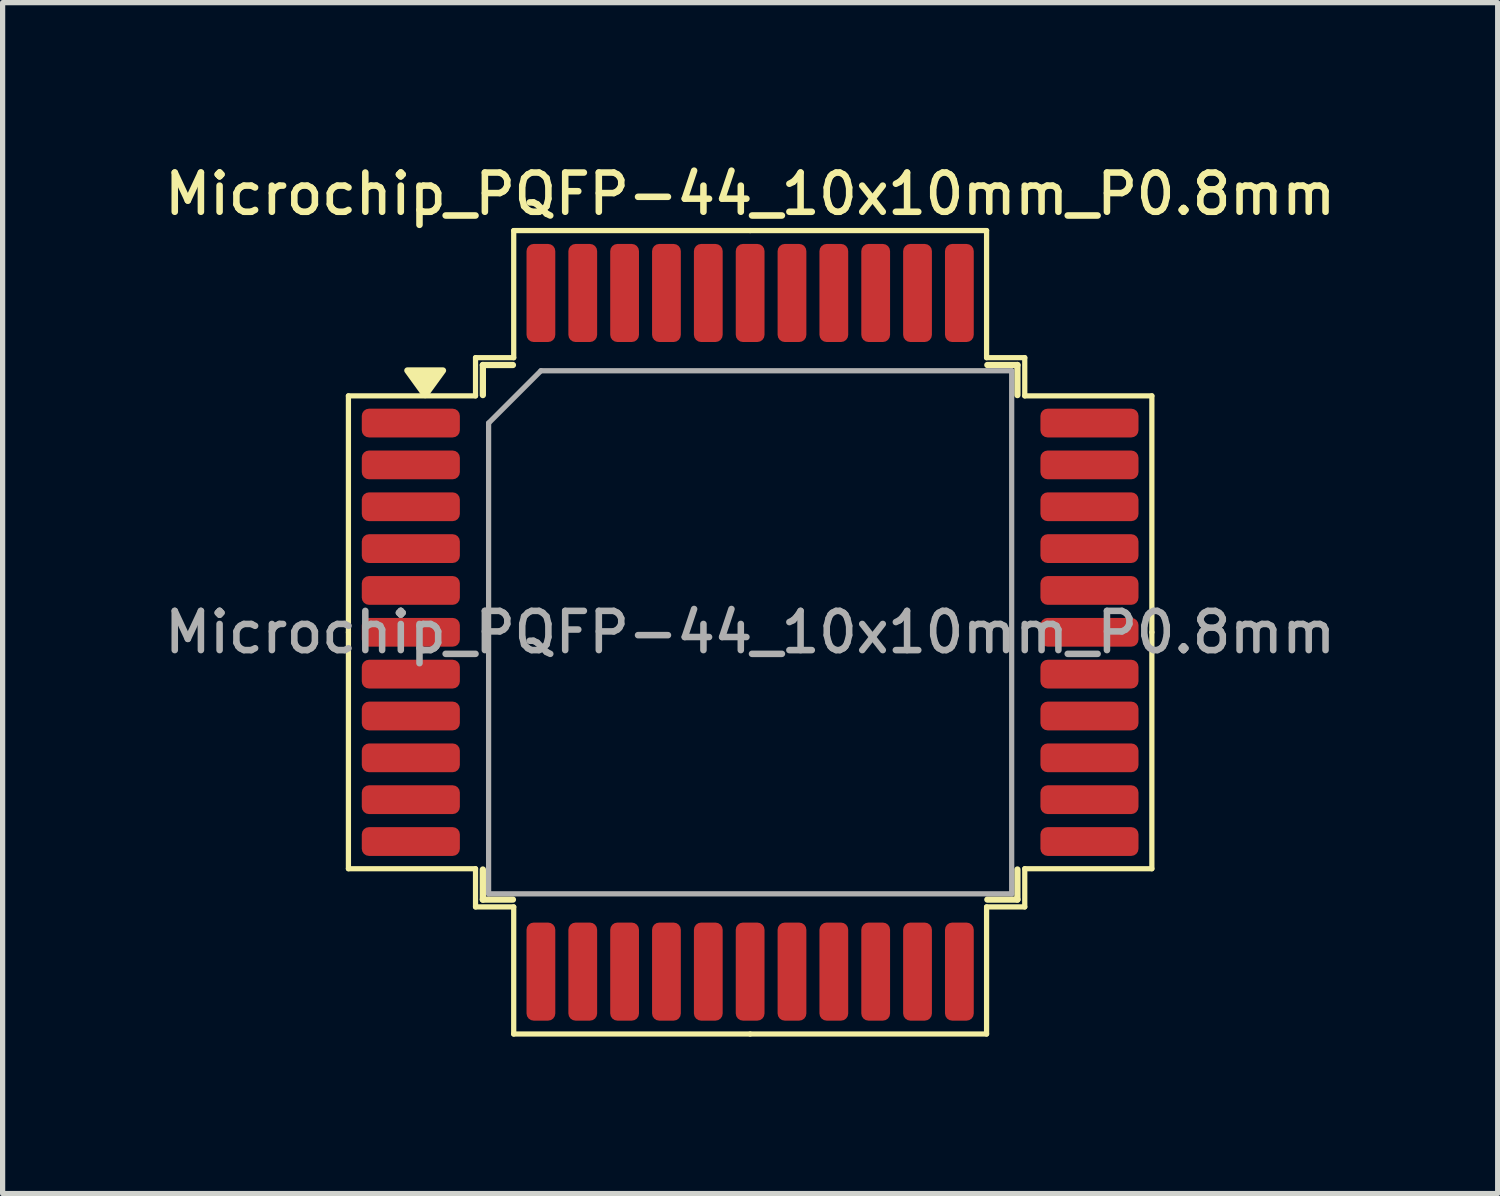
<source format=kicad_pcb>
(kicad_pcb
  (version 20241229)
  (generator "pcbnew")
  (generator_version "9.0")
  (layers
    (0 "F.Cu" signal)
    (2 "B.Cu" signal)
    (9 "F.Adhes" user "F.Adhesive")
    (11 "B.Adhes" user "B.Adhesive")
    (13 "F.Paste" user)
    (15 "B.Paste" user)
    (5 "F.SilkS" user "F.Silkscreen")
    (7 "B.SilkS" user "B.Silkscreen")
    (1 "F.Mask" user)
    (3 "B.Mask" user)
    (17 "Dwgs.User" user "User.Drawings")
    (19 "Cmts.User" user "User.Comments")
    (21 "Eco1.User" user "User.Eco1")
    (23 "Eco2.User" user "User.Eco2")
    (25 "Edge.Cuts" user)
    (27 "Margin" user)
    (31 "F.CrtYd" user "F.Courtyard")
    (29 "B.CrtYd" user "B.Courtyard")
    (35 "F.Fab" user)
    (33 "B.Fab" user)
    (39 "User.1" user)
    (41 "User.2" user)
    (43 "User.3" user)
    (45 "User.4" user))
  (footprint "Microchip_PQFP-44_10x10mm_P0.8mm"
    (layer "F.Cu")
    (at 11.291 9.038)
    (property "Reference" "Microchip_PQFP-44_10x10mm_P0.8mm" (at 0 -8.38 0) (layer "F.SilkS") (effects (font (size 0.75 0.75) (thickness 0.125))))
    (attr smd)
    (fp_line (start -7.68 -4.52) (end -7.68 0) (stroke (width 0.1) (type solid)) (layer "F.SilkS"))
    (fp_line (start -7.68 4.52) (end -7.68 0) (stroke (width 0.1) (type solid)) (layer "F.SilkS"))
    (fp_line (start -5.25 -5.25) (end -5.25 -4.52) (stroke (width 0.1) (type solid)) (layer "F.SilkS"))
    (fp_line (start -5.25 -4.52) (end -7.68 -4.52) (stroke (width 0.1) (type solid)) (layer "F.SilkS"))
    (fp_line (start -5.25 4.52) (end -7.68 4.52) (stroke (width 0.1) (type solid)) (layer "F.SilkS"))
    (fp_line (start -5.25 5.25) (end -5.25 4.52) (stroke (width 0.1) (type solid)) (layer "F.SilkS"))
    (fp_line (start -5.11 -5.11) (end -5.11 -4.535) (stroke (width 0.12) (type solid)) (layer "F.SilkS"))
    (fp_line (start -5.11 5.11) (end -5.11 4.535) (stroke (width 0.12) (type solid)) (layer "F.SilkS"))
    (fp_line (start -4.535 -5.11) (end -5.11 -5.11) (stroke (width 0.12) (type solid)) (layer "F.SilkS"))
    (fp_line (start -4.535 5.11) (end -5.11 5.11) (stroke (width 0.12) (type solid)) (layer "F.SilkS"))
    (fp_line (start -4.52 -7.68) (end -4.52 -5.25) (stroke (width 0.1) (type solid)) (layer "F.SilkS"))
    (fp_line (start -4.52 -5.25) (end -5.25 -5.25) (stroke (width 0.1) (type solid)) (layer "F.SilkS"))
    (fp_line (start -4.52 5.25) (end -5.25 5.25) (stroke (width 0.1) (type solid)) (layer "F.SilkS"))
    (fp_line (start -4.52 7.68) (end -4.52 5.25) (stroke (width 0.1) (type solid)) (layer "F.SilkS"))
    (fp_line (start 0 -7.68) (end -4.52 -7.68) (stroke (width 0.1) (type solid)) (layer "F.SilkS"))
    (fp_line (start 0 -7.68) (end 4.52 -7.68) (stroke (width 0.1) (type solid)) (layer "F.SilkS"))
    (fp_line (start 0 7.68) (end -4.52 7.68) (stroke (width 0.1) (type solid)) (layer "F.SilkS"))
    (fp_line (start 0 7.68) (end 4.52 7.68) (stroke (width 0.1) (type solid)) (layer "F.SilkS"))
    (fp_line (start 4.52 -7.68) (end 4.52 -5.25) (stroke (width 0.1) (type solid)) (layer "F.SilkS"))
    (fp_line (start 4.52 -5.25) (end 5.25 -5.25) (stroke (width 0.1) (type solid)) (layer "F.SilkS"))
    (fp_line (start 4.52 5.25) (end 5.25 5.25) (stroke (width 0.1) (type solid)) (layer "F.SilkS"))
    (fp_line (start 4.52 7.68) (end 4.52 5.25) (stroke (width 0.1) (type solid)) (layer "F.SilkS"))
    (fp_line (start 4.535 -5.11) (end 5.11 -5.11) (stroke (width 0.12) (type solid)) (layer "F.SilkS"))
    (fp_line (start 4.535 5.11) (end 5.11 5.11) (stroke (width 0.12) (type solid)) (layer "F.SilkS"))
    (fp_line (start 5.11 -5.11) (end 5.11 -4.535) (stroke (width 0.12) (type solid)) (layer "F.SilkS"))
    (fp_line (start 5.11 5.11) (end 5.11 4.535) (stroke (width 0.12) (type solid)) (layer "F.SilkS"))
    (fp_line (start 5.25 -5.25) (end 5.25 -4.52) (stroke (width 0.1) (type solid)) (layer "F.SilkS"))
    (fp_line (start 5.25 -4.52) (end 7.68 -4.52) (stroke (width 0.1) (type solid)) (layer "F.SilkS"))
    (fp_line (start 5.25 4.52) (end 7.68 4.52) (stroke (width 0.1) (type solid)) (layer "F.SilkS"))
    (fp_line (start 5.25 5.25) (end 5.25 4.52) (stroke (width 0.1) (type solid)) (layer "F.SilkS"))
    (fp_line (start 7.68 -4.52) (end 7.68 0) (stroke (width 0.1) (type solid)) (layer "F.SilkS"))
    (fp_line (start 7.68 4.52) (end 7.68 0) (stroke (width 0.1) (type solid)) (layer "F.SilkS"))
    (fp_poly (pts (xy -6.213 -4.535) (xy -6.553 -5.005) (xy -5.872 -5.005) (xy -6.213 -4.535)) (stroke (width 0.12) (type solid)) (fill yes) (layer "F.SilkS"))
    (fp_line (start -5 -4) (end -4 -5) (stroke (width 0.1) (type solid)) (layer "F.Fab"))
    (fp_line (start -5 5) (end -5 -4) (stroke (width 0.1) (type solid)) (layer "F.Fab"))
    (fp_line (start -4 -5) (end 5 -5) (stroke (width 0.1) (type solid)) (layer "F.Fab"))
    (fp_line (start 5 -5) (end 5 5) (stroke (width 0.1) (type solid)) (layer "F.Fab"))
    (fp_line (start 5 5) (end -5 5) (stroke (width 0.1) (type solid)) (layer "F.Fab"))
    (fp_text user "${REFERENCE}" (at 0 0 0) (layer "F.Fab") (effects (font (size 0.75 0.75) (thickness 0.125))))
    (pad "1" smd roundrect (at -6.487 -4) (size 1.875 0.55) (layers "F.Cu" "F.Mask" "F.Paste") (roundrect_rratio 0.25))
    (pad "2" smd roundrect (at -6.487 -3.2) (size 1.875 0.55) (layers "F.Cu" "F.Mask" "F.Paste") (roundrect_rratio 0.25))
    (pad "3" smd roundrect (at -6.487 -2.4) (size 1.875 0.55) (layers "F.Cu" "F.Mask" "F.Paste") (roundrect_rratio 0.25))
    (pad "4" smd roundrect (at -6.487 -1.6) (size 1.875 0.55) (layers "F.Cu" "F.Mask" "F.Paste") (roundrect_rratio 0.25))
    (pad "5" smd roundrect (at -6.487 -0.8) (size 1.875 0.55) (layers "F.Cu" "F.Mask" "F.Paste") (roundrect_rratio 0.25))
    (pad "6" smd roundrect (at -6.487 0) (size 1.875 0.55) (layers "F.Cu" "F.Mask" "F.Paste") (roundrect_rratio 0.25))
    (pad "7" smd roundrect (at -6.487 0.8) (size 1.875 0.55) (layers "F.Cu" "F.Mask" "F.Paste") (roundrect_rratio 0.25))
    (pad "8" smd roundrect (at -6.487 1.6) (size 1.875 0.55) (layers "F.Cu" "F.Mask" "F.Paste") (roundrect_rratio 0.25))
    (pad "9" smd roundrect (at -6.487 2.4) (size 1.875 0.55) (layers "F.Cu" "F.Mask" "F.Paste") (roundrect_rratio 0.25))
    (pad "10" smd roundrect (at -6.487 3.2) (size 1.875 0.55) (layers "F.Cu" "F.Mask" "F.Paste") (roundrect_rratio 0.25))
    (pad "11" smd roundrect (at -6.487 4) (size 1.875 0.55) (layers "F.Cu" "F.Mask" "F.Paste") (roundrect_rratio 0.25))
    (pad "12" smd roundrect (at -4 6.487) (size 0.55 1.875) (layers "F.Cu" "F.Mask" "F.Paste") (roundrect_rratio 0.25))
    (pad "13" smd roundrect (at -3.2 6.487) (size 0.55 1.875) (layers "F.Cu" "F.Mask" "F.Paste") (roundrect_rratio 0.25))
    (pad "14" smd roundrect (at -2.4 6.487) (size 0.55 1.875) (layers "F.Cu" "F.Mask" "F.Paste") (roundrect_rratio 0.25))
    (pad "15" smd roundrect (at -1.6 6.487) (size 0.55 1.875) (layers "F.Cu" "F.Mask" "F.Paste") (roundrect_rratio 0.25))
    (pad "16" smd roundrect (at -0.8 6.487) (size 0.55 1.875) (layers "F.Cu" "F.Mask" "F.Paste") (roundrect_rratio 0.25))
    (pad "17" smd roundrect (at 0 6.487) (size 0.55 1.875) (layers "F.Cu" "F.Mask" "F.Paste") (roundrect_rratio 0.25))
    (pad "18" smd roundrect (at 0.8 6.487) (size 0.55 1.875) (layers "F.Cu" "F.Mask" "F.Paste") (roundrect_rratio 0.25))
    (pad "19" smd roundrect (at 1.6 6.487) (size 0.55 1.875) (layers "F.Cu" "F.Mask" "F.Paste") (roundrect_rratio 0.25))
    (pad "20" smd roundrect (at 2.4 6.487) (size 0.55 1.875) (layers "F.Cu" "F.Mask" "F.Paste") (roundrect_rratio 0.25))
    (pad "21" smd roundrect (at 3.2 6.487) (size 0.55 1.875) (layers "F.Cu" "F.Mask" "F.Paste") (roundrect_rratio 0.25))
    (pad "22" smd roundrect (at 4 6.487) (size 0.55 1.875) (layers "F.Cu" "F.Mask" "F.Paste") (roundrect_rratio 0.25))
    (pad "23" smd roundrect (at 6.487 4) (size 1.875 0.55) (layers "F.Cu" "F.Mask" "F.Paste") (roundrect_rratio 0.25))
    (pad "24" smd roundrect (at 6.487 3.2) (size 1.875 0.55) (layers "F.Cu" "F.Mask" "F.Paste") (roundrect_rratio 0.25))
    (pad "25" smd roundrect (at 6.487 2.4) (size 1.875 0.55) (layers "F.Cu" "F.Mask" "F.Paste") (roundrect_rratio 0.25))
    (pad "26" smd roundrect (at 6.487 1.6) (size 1.875 0.55) (layers "F.Cu" "F.Mask" "F.Paste") (roundrect_rratio 0.25))
    (pad "27" smd roundrect (at 6.487 0.8) (size 1.875 0.55) (layers "F.Cu" "F.Mask" "F.Paste") (roundrect_rratio 0.25))
    (pad "28" smd roundrect (at 6.487 0) (size 1.875 0.55) (layers "F.Cu" "F.Mask" "F.Paste") (roundrect_rratio 0.25))
    (pad "29" smd roundrect (at 6.487 -0.8) (size 1.875 0.55) (layers "F.Cu" "F.Mask" "F.Paste") (roundrect_rratio 0.25))
    (pad "30" smd roundrect (at 6.487 -1.6) (size 1.875 0.55) (layers "F.Cu" "F.Mask" "F.Paste") (roundrect_rratio 0.25))
    (pad "31" smd roundrect (at 6.487 -2.4) (size 1.875 0.55) (layers "F.Cu" "F.Mask" "F.Paste") (roundrect_rratio 0.25))
    (pad "32" smd roundrect (at 6.487 -3.2) (size 1.875 0.55) (layers "F.Cu" "F.Mask" "F.Paste") (roundrect_rratio 0.25))
    (pad "33" smd roundrect (at 6.487 -4) (size 1.875 0.55) (layers "F.Cu" "F.Mask" "F.Paste") (roundrect_rratio 0.25))
    (pad "34" smd roundrect (at 4 -6.487) (size 0.55 1.875) (layers "F.Cu" "F.Mask" "F.Paste") (roundrect_rratio 0.25))
    (pad "35" smd roundrect (at 3.2 -6.487) (size 0.55 1.875) (layers "F.Cu" "F.Mask" "F.Paste") (roundrect_rratio 0.25))
    (pad "36" smd roundrect (at 2.4 -6.487) (size 0.55 1.875) (layers "F.Cu" "F.Mask" "F.Paste") (roundrect_rratio 0.25))
    (pad "37" smd roundrect (at 1.6 -6.487) (size 0.55 1.875) (layers "F.Cu" "F.Mask" "F.Paste") (roundrect_rratio 0.25))
    (pad "38" smd roundrect (at 0.8 -6.487) (size 0.55 1.875) (layers "F.Cu" "F.Mask" "F.Paste") (roundrect_rratio 0.25))
    (pad "39" smd roundrect (at 0 -6.487) (size 0.55 1.875) (layers "F.Cu" "F.Mask" "F.Paste") (roundrect_rratio 0.25))
    (pad "40" smd roundrect (at -0.8 -6.487) (size 0.55 1.875) (layers "F.Cu" "F.Mask" "F.Paste") (roundrect_rratio 0.25))
    (pad "41" smd roundrect (at -1.6 -6.487) (size 0.55 1.875) (layers "F.Cu" "F.Mask" "F.Paste") (roundrect_rratio 0.25))
    (pad "42" smd roundrect (at -2.4 -6.487) (size 0.55 1.875) (layers "F.Cu" "F.Mask" "F.Paste") (roundrect_rratio 0.25))
    (pad "43" smd roundrect (at -3.2 -6.487) (size 0.55 1.875) (layers "F.Cu" "F.Mask" "F.Paste") (roundrect_rratio 0.25))
    (pad "44" smd roundrect (at -4 -6.487) (size 0.55 1.875) (layers "F.Cu" "F.Mask" "F.Paste") (roundrect_rratio 0.25)))
  (gr_rect
    (start -3 -3)
    (end 25.582 19.768)
    (stroke (width 0.1) (type default))
    (fill no)
    (layer "Edge.Cuts")))
</source>
